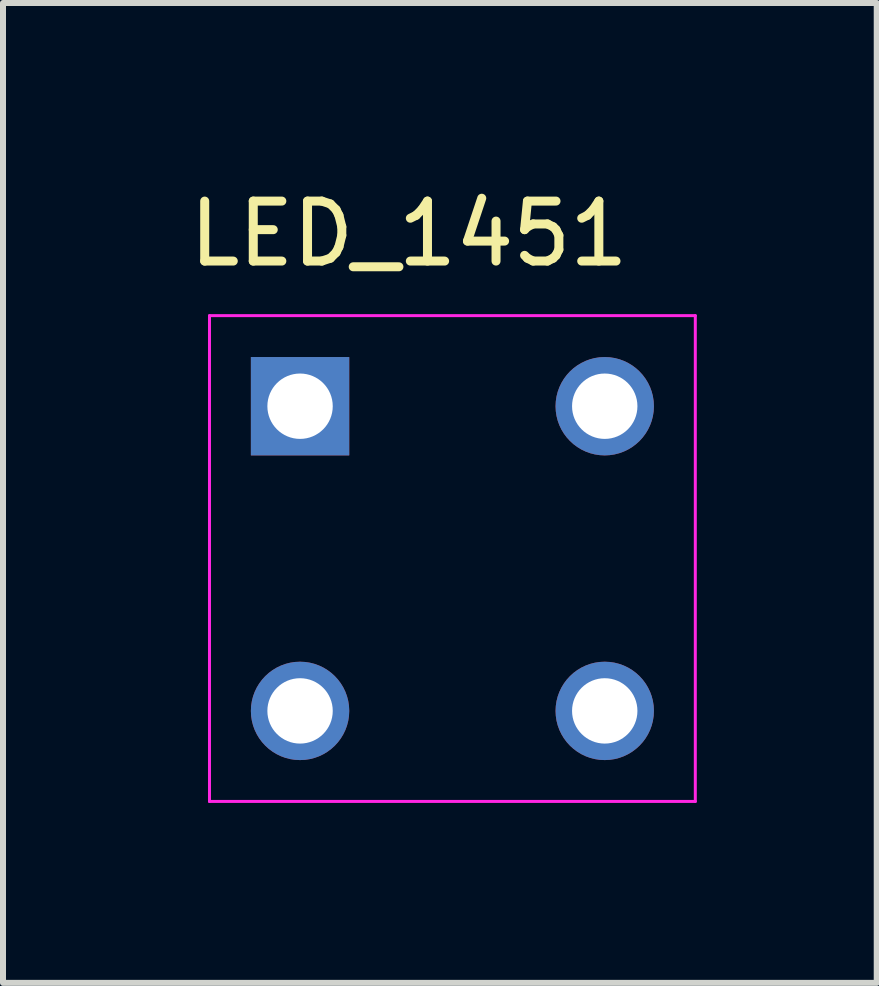
<source format=kicad_pcb>
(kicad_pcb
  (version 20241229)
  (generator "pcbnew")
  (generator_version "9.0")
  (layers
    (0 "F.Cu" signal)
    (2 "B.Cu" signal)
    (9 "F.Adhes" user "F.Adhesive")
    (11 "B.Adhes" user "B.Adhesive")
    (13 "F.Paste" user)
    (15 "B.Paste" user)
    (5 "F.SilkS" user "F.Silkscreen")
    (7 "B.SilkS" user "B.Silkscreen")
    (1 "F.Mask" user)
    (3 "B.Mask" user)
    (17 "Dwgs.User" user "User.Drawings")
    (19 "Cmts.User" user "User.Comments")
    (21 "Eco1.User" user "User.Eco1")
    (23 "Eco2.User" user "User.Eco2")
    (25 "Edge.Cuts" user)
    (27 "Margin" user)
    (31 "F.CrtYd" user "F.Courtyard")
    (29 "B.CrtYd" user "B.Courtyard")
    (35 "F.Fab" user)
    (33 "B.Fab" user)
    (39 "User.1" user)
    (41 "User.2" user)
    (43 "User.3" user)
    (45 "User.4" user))
  (footprint "LED_1451"
    (layer "F.Cu")
    (at 4.493 6.263)
    (property "Reference" "LED_1451" (at -0.725 -5.415 0) (layer "F.SilkS") (effects (font (size 1 1) (thickness 0.15))))
    (attr through_hole)
    (fp_line (start -4.05 -4.05) (end -4.05 4.05) (stroke (width 0.05) (type solid)) (layer "F.CrtYd"))
    (fp_line (start -4.05 4.05) (end 4.05 4.05) (stroke (width 0.05) (type solid)) (layer "F.CrtYd"))
    (fp_line (start 4.05 -4.05) (end -4.05 -4.05) (stroke (width 0.05) (type solid)) (layer "F.CrtYd"))
    (fp_line (start 4.05 4.05) (end 4.05 -4.05) (stroke (width 0.05) (type solid)) (layer "F.CrtYd"))
    (pad "1" thru_hole rect (at -2.54 -2.54) (size 1.64 1.64) (drill 1.09) (layers "*.Cu" "*.Mask"))
    (pad "2" thru_hole circle (at 2.54 -2.54) (size 1.64 1.64) (drill 1.09) (layers "*.Cu" "*.Mask"))
    (pad "3" thru_hole circle (at 2.54 2.54) (size 1.64 1.64) (drill 1.09) (layers "*.Cu" "*.Mask"))
    (pad "4" thru_hole circle (at -2.54 2.54) (size 1.64 1.64) (drill 1.09) (layers "*.Cu" "*.Mask")))
  (gr_rect
    (start -3 -3)
    (end 11.568 13.338)
    (stroke (width 0.1) (type default))
    (fill no)
    (layer "Edge.Cuts")))
</source>
